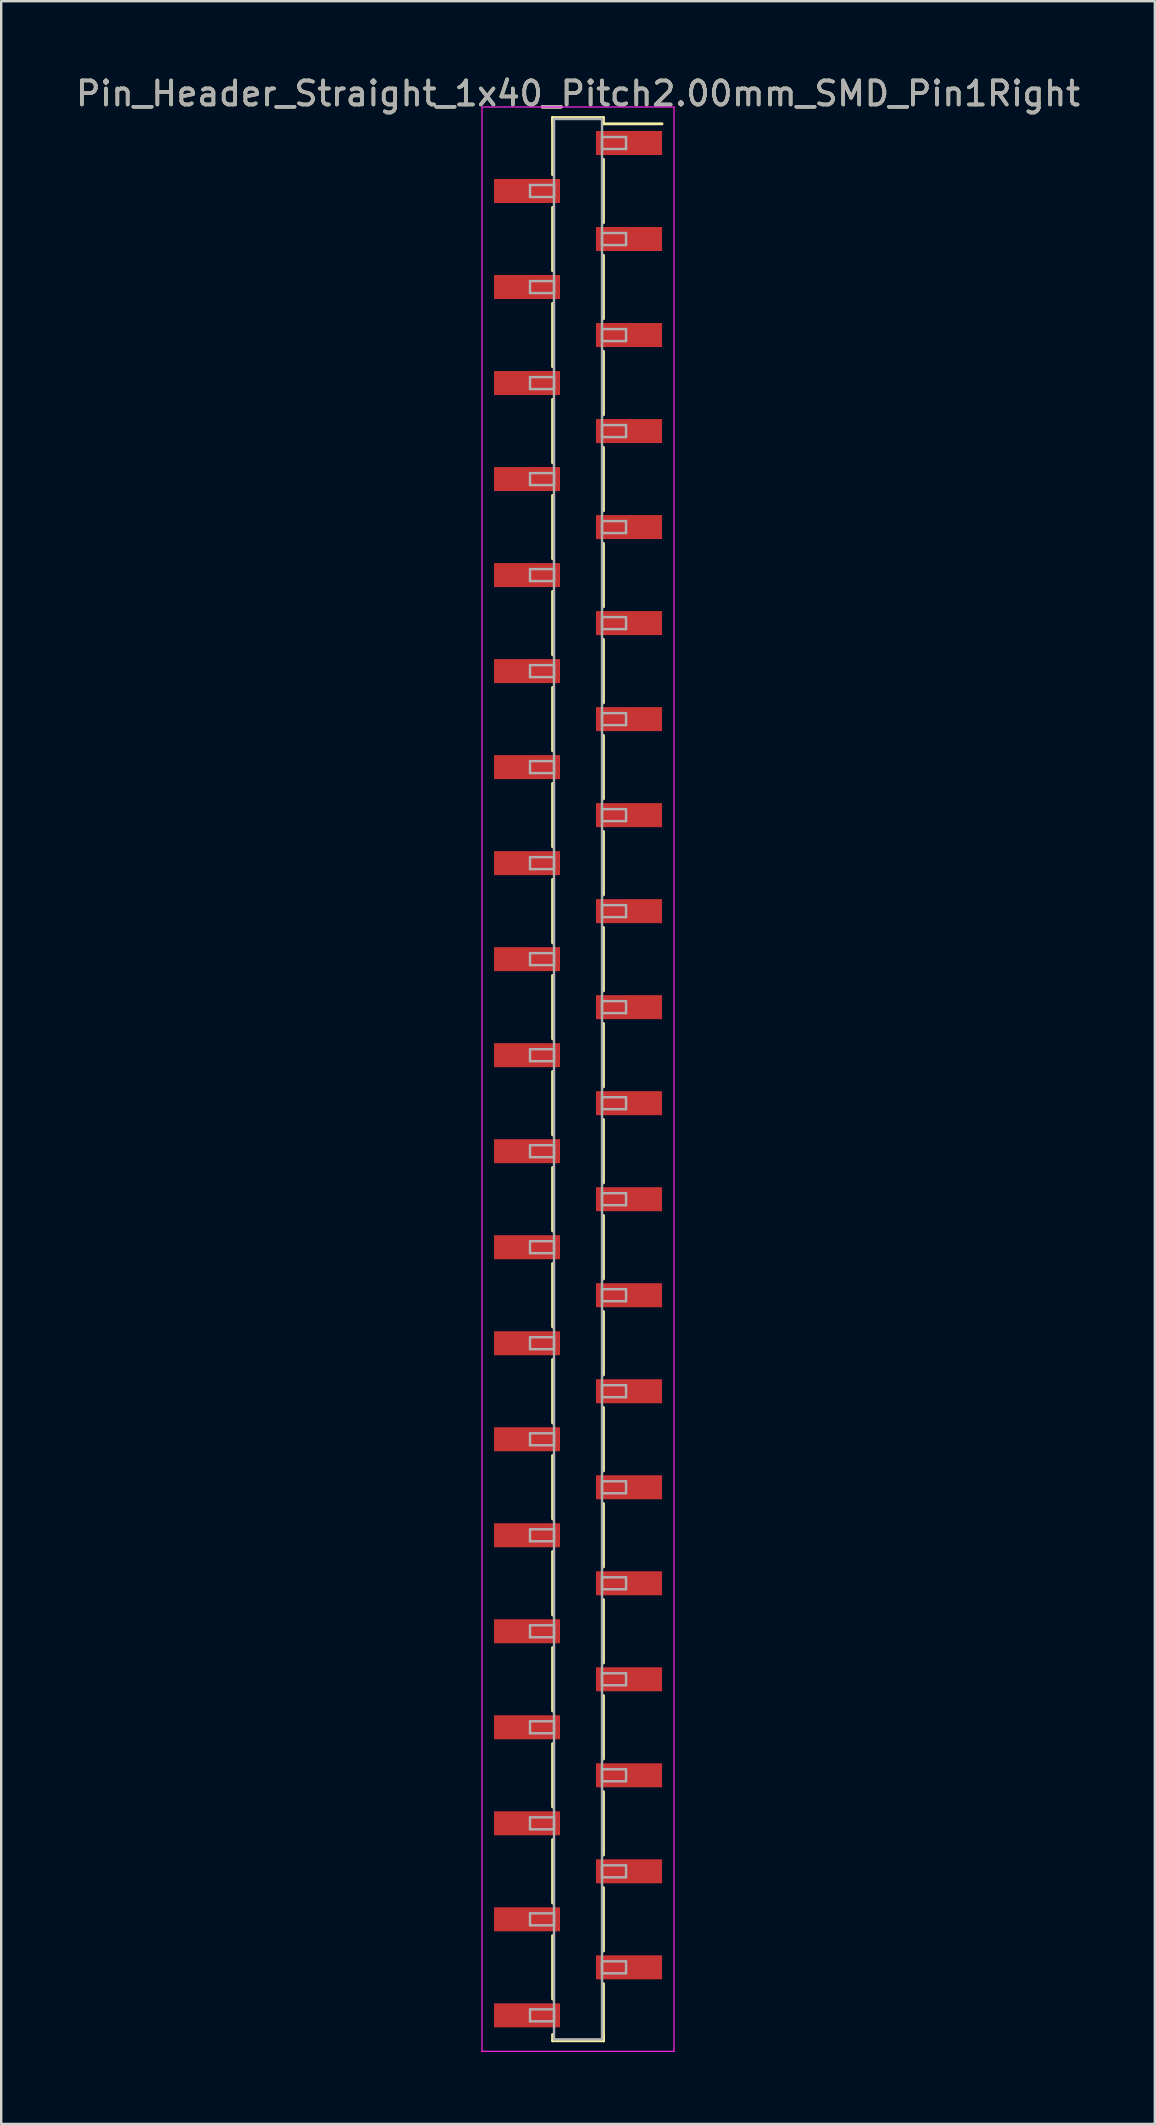
<source format=kicad_pcb>
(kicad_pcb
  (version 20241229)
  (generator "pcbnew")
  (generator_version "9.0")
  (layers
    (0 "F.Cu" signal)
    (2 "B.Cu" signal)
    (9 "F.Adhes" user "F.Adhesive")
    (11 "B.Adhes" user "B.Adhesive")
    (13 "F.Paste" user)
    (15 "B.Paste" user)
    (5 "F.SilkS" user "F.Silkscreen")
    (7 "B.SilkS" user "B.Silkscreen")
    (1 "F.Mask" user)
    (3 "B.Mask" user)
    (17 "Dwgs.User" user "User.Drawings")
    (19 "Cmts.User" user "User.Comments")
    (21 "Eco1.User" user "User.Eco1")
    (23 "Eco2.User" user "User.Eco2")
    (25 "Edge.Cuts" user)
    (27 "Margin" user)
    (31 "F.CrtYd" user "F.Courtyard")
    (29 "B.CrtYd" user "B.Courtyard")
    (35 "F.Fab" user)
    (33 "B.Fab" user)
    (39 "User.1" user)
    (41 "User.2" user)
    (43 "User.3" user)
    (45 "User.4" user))
  (footprint "Pin_Header_Straight_1x40_Pitch2.00mm_SMD_Pin1Right"
    (layer "F.Cu")
    (at 21.03 41.908)
    (property "Reference" "Pin_Header_Straight_1x40_Pitch2.00mm_SMD_Pin1Right" (at 0 -41.06 0) (layer "F.SilkS") (effects (font (size 1 1) (thickness 0.15))))
    (attr smd)
    (fp_line (start -1.06 -40.06) (end -1.06 -37.68) (stroke (width 0.12) (type solid)) (layer "F.SilkS"))
    (fp_line (start -1.06 -40.06) (end 1.06 -40.06) (stroke (width 0.12) (type solid)) (layer "F.SilkS"))
    (fp_line (start -1.06 -39.8) (end -1.06 -40.06) (stroke (width 0.12) (type solid)) (layer "F.SilkS"))
    (fp_line (start -1.06 -36.32) (end -1.06 -33.68) (stroke (width 0.12) (type solid)) (layer "F.SilkS"))
    (fp_line (start -1.06 -32.32) (end -1.06 -29.68) (stroke (width 0.12) (type solid)) (layer "F.SilkS"))
    (fp_line (start -1.06 -28.32) (end -1.06 -25.68) (stroke (width 0.12) (type solid)) (layer "F.SilkS"))
    (fp_line (start -1.06 -24.32) (end -1.06 -21.68) (stroke (width 0.12) (type solid)) (layer "F.SilkS"))
    (fp_line (start -1.06 -20.32) (end -1.06 -17.68) (stroke (width 0.12) (type solid)) (layer "F.SilkS"))
    (fp_line (start -1.06 -16.32) (end -1.06 -13.68) (stroke (width 0.12) (type solid)) (layer "F.SilkS"))
    (fp_line (start -1.06 -12.32) (end -1.06 -9.68) (stroke (width 0.12) (type solid)) (layer "F.SilkS"))
    (fp_line (start -1.06 -8.32) (end -1.06 -5.68) (stroke (width 0.12) (type solid)) (layer "F.SilkS"))
    (fp_line (start -1.06 -4.32) (end -1.06 -1.68) (stroke (width 0.12) (type solid)) (layer "F.SilkS"))
    (fp_line (start -1.06 -0.32) (end -1.06 2.32) (stroke (width 0.12) (type solid)) (layer "F.SilkS"))
    (fp_line (start -1.06 3.68) (end -1.06 6.32) (stroke (width 0.12) (type solid)) (layer "F.SilkS"))
    (fp_line (start -1.06 7.68) (end -1.06 10.32) (stroke (width 0.12) (type solid)) (layer "F.SilkS"))
    (fp_line (start -1.06 11.68) (end -1.06 14.32) (stroke (width 0.12) (type solid)) (layer "F.SilkS"))
    (fp_line (start -1.06 15.68) (end -1.06 18.32) (stroke (width 0.12) (type solid)) (layer "F.SilkS"))
    (fp_line (start -1.06 19.68) (end -1.06 22.32) (stroke (width 0.12) (type solid)) (layer "F.SilkS"))
    (fp_line (start -1.06 23.68) (end -1.06 26.32) (stroke (width 0.12) (type solid)) (layer "F.SilkS"))
    (fp_line (start -1.06 27.68) (end -1.06 30.32) (stroke (width 0.12) (type solid)) (layer "F.SilkS"))
    (fp_line (start -1.06 31.68) (end -1.06 34.32) (stroke (width 0.12) (type solid)) (layer "F.SilkS"))
    (fp_line (start -1.06 35.68) (end -1.06 38.32) (stroke (width 0.12) (type solid)) (layer "F.SilkS"))
    (fp_line (start -1.06 39.8) (end -1.06 40.06) (stroke (width 0.12) (type solid)) (layer "F.SilkS"))
    (fp_line (start -1.06 40.06) (end 1.06 40.06) (stroke (width 0.12) (type solid)) (layer "F.SilkS"))
    (fp_line (start 1.06 -40.06) (end 1.06 -39.8) (stroke (width 0.12) (type solid)) (layer "F.SilkS"))
    (fp_line (start 1.06 -39.8) (end 3.5 -39.8) (stroke (width 0.12) (type solid)) (layer "F.SilkS"))
    (fp_line (start 1.06 -38.32) (end 1.06 -35.68) (stroke (width 0.12) (type solid)) (layer "F.SilkS"))
    (fp_line (start 1.06 -34.32) (end 1.06 -31.68) (stroke (width 0.12) (type solid)) (layer "F.SilkS"))
    (fp_line (start 1.06 -30.32) (end 1.06 -27.68) (stroke (width 0.12) (type solid)) (layer "F.SilkS"))
    (fp_line (start 1.06 -26.32) (end 1.06 -23.68) (stroke (width 0.12) (type solid)) (layer "F.SilkS"))
    (fp_line (start 1.06 -22.32) (end 1.06 -19.68) (stroke (width 0.12) (type solid)) (layer "F.SilkS"))
    (fp_line (start 1.06 -18.32) (end 1.06 -15.68) (stroke (width 0.12) (type solid)) (layer "F.SilkS"))
    (fp_line (start 1.06 -14.32) (end 1.06 -11.68) (stroke (width 0.12) (type solid)) (layer "F.SilkS"))
    (fp_line (start 1.06 -10.32) (end 1.06 -7.68) (stroke (width 0.12) (type solid)) (layer "F.SilkS"))
    (fp_line (start 1.06 -6.32) (end 1.06 -3.68) (stroke (width 0.12) (type solid)) (layer "F.SilkS"))
    (fp_line (start 1.06 -2.32) (end 1.06 0.32) (stroke (width 0.12) (type solid)) (layer "F.SilkS"))
    (fp_line (start 1.06 1.68) (end 1.06 4.32) (stroke (width 0.12) (type solid)) (layer "F.SilkS"))
    (fp_line (start 1.06 5.68) (end 1.06 8.32) (stroke (width 0.12) (type solid)) (layer "F.SilkS"))
    (fp_line (start 1.06 9.68) (end 1.06 12.32) (stroke (width 0.12) (type solid)) (layer "F.SilkS"))
    (fp_line (start 1.06 13.68) (end 1.06 16.32) (stroke (width 0.12) (type solid)) (layer "F.SilkS"))
    (fp_line (start 1.06 17.68) (end 1.06 20.32) (stroke (width 0.12) (type solid)) (layer "F.SilkS"))
    (fp_line (start 1.06 21.68) (end 1.06 24.32) (stroke (width 0.12) (type solid)) (layer "F.SilkS"))
    (fp_line (start 1.06 25.68) (end 1.06 28.32) (stroke (width 0.12) (type solid)) (layer "F.SilkS"))
    (fp_line (start 1.06 29.68) (end 1.06 32.32) (stroke (width 0.12) (type solid)) (layer "F.SilkS"))
    (fp_line (start 1.06 33.68) (end 1.06 36.32) (stroke (width 0.12) (type solid)) (layer "F.SilkS"))
    (fp_line (start 1.06 37.68) (end 1.06 40.06) (stroke (width 0.12) (type solid)) (layer "F.SilkS"))
    (fp_line (start 1.06 40.06) (end 1.06 39.8) (stroke (width 0.12) (type solid)) (layer "F.SilkS"))
    (fp_line (start -4 -40.5) (end -4 40.5) (stroke (width 0.05) (type solid)) (layer "F.CrtYd"))
    (fp_line (start -4 40.5) (end 4 40.5) (stroke (width 0.05) (type solid)) (layer "F.CrtYd"))
    (fp_line (start 4 -40.5) (end -4 -40.5) (stroke (width 0.05) (type solid)) (layer "F.CrtYd"))
    (fp_line (start 4 40.5) (end 4 -40.5) (stroke (width 0.05) (type solid)) (layer "F.CrtYd"))
    (fp_line (start -2 -37.25) (end -1 -37.25) (stroke (width 0.1) (type solid)) (layer "F.Fab"))
    (fp_line (start -2 -36.75) (end -2 -37.25) (stroke (width 0.1) (type solid)) (layer "F.Fab"))
    (fp_line (start -2 -33.25) (end -1 -33.25) (stroke (width 0.1) (type solid)) (layer "F.Fab"))
    (fp_line (start -2 -32.75) (end -2 -33.25) (stroke (width 0.1) (type solid)) (layer "F.Fab"))
    (fp_line (start -2 -29.25) (end -1 -29.25) (stroke (width 0.1) (type solid)) (layer "F.Fab"))
    (fp_line (start -2 -28.75) (end -2 -29.25) (stroke (width 0.1) (type solid)) (layer "F.Fab"))
    (fp_line (start -2 -25.25) (end -1 -25.25) (stroke (width 0.1) (type solid)) (layer "F.Fab"))
    (fp_line (start -2 -24.75) (end -2 -25.25) (stroke (width 0.1) (type solid)) (layer "F.Fab"))
    (fp_line (start -2 -21.25) (end -1 -21.25) (stroke (width 0.1) (type solid)) (layer "F.Fab"))
    (fp_line (start -2 -20.75) (end -2 -21.25) (stroke (width 0.1) (type solid)) (layer "F.Fab"))
    (fp_line (start -2 -17.25) (end -1 -17.25) (stroke (width 0.1) (type solid)) (layer "F.Fab"))
    (fp_line (start -2 -16.75) (end -2 -17.25) (stroke (width 0.1) (type solid)) (layer "F.Fab"))
    (fp_line (start -2 -13.25) (end -1 -13.25) (stroke (width 0.1) (type solid)) (layer "F.Fab"))
    (fp_line (start -2 -12.75) (end -2 -13.25) (stroke (width 0.1) (type solid)) (layer "F.Fab"))
    (fp_line (start -2 -9.25) (end -1 -9.25) (stroke (width 0.1) (type solid)) (layer "F.Fab"))
    (fp_line (start -2 -8.75) (end -2 -9.25) (stroke (width 0.1) (type solid)) (layer "F.Fab"))
    (fp_line (start -2 -5.25) (end -1 -5.25) (stroke (width 0.1) (type solid)) (layer "F.Fab"))
    (fp_line (start -2 -4.75) (end -2 -5.25) (stroke (width 0.1) (type solid)) (layer "F.Fab"))
    (fp_line (start -2 -1.25) (end -1 -1.25) (stroke (width 0.1) (type solid)) (layer "F.Fab"))
    (fp_line (start -2 -0.75) (end -2 -1.25) (stroke (width 0.1) (type solid)) (layer "F.Fab"))
    (fp_line (start -2 2.75) (end -1 2.75) (stroke (width 0.1) (type solid)) (layer "F.Fab"))
    (fp_line (start -2 3.25) (end -2 2.75) (stroke (width 0.1) (type solid)) (layer "F.Fab"))
    (fp_line (start -2 6.75) (end -1 6.75) (stroke (width 0.1) (type solid)) (layer "F.Fab"))
    (fp_line (start -2 7.25) (end -2 6.75) (stroke (width 0.1) (type solid)) (layer "F.Fab"))
    (fp_line (start -2 10.75) (end -1 10.75) (stroke (width 0.1) (type solid)) (layer "F.Fab"))
    (fp_line (start -2 11.25) (end -2 10.75) (stroke (width 0.1) (type solid)) (layer "F.Fab"))
    (fp_line (start -2 14.75) (end -1 14.75) (stroke (width 0.1) (type solid)) (layer "F.Fab"))
    (fp_line (start -2 15.25) (end -2 14.75) (stroke (width 0.1) (type solid)) (layer "F.Fab"))
    (fp_line (start -2 18.75) (end -1 18.75) (stroke (width 0.1) (type solid)) (layer "F.Fab"))
    (fp_line (start -2 19.25) (end -2 18.75) (stroke (width 0.1) (type solid)) (layer "F.Fab"))
    (fp_line (start -2 22.75) (end -1 22.75) (stroke (width 0.1) (type solid)) (layer "F.Fab"))
    (fp_line (start -2 23.25) (end -2 22.75) (stroke (width 0.1) (type solid)) (layer "F.Fab"))
    (fp_line (start -2 26.75) (end -1 26.75) (stroke (width 0.1) (type solid)) (layer "F.Fab"))
    (fp_line (start -2 27.25) (end -2 26.75) (stroke (width 0.1) (type solid)) (layer "F.Fab"))
    (fp_line (start -2 30.75) (end -1 30.75) (stroke (width 0.1) (type solid)) (layer "F.Fab"))
    (fp_line (start -2 31.25) (end -2 30.75) (stroke (width 0.1) (type solid)) (layer "F.Fab"))
    (fp_line (start -2 34.75) (end -1 34.75) (stroke (width 0.1) (type solid)) (layer "F.Fab"))
    (fp_line (start -2 35.25) (end -2 34.75) (stroke (width 0.1) (type solid)) (layer "F.Fab"))
    (fp_line (start -2 38.75) (end -1 38.75) (stroke (width 0.1) (type solid)) (layer "F.Fab"))
    (fp_line (start -2 39.25) (end -2 38.75) (stroke (width 0.1) (type solid)) (layer "F.Fab"))
    (fp_line (start -1 -40) (end -1 40) (stroke (width 0.1) (type solid)) (layer "F.Fab"))
    (fp_line (start -1 -37.25) (end -1 -36.75) (stroke (width 0.1) (type solid)) (layer "F.Fab"))
    (fp_line (start -1 -36.75) (end -2 -36.75) (stroke (width 0.1) (type solid)) (layer "F.Fab"))
    (fp_line (start -1 -33.25) (end -1 -32.75) (stroke (width 0.1) (type solid)) (layer "F.Fab"))
    (fp_line (start -1 -32.75) (end -2 -32.75) (stroke (width 0.1) (type solid)) (layer "F.Fab"))
    (fp_line (start -1 -29.25) (end -1 -28.75) (stroke (width 0.1) (type solid)) (layer "F.Fab"))
    (fp_line (start -1 -28.75) (end -2 -28.75) (stroke (width 0.1) (type solid)) (layer "F.Fab"))
    (fp_line (start -1 -25.25) (end -1 -24.75) (stroke (width 0.1) (type solid)) (layer "F.Fab"))
    (fp_line (start -1 -24.75) (end -2 -24.75) (stroke (width 0.1) (type solid)) (layer "F.Fab"))
    (fp_line (start -1 -21.25) (end -1 -20.75) (stroke (width 0.1) (type solid)) (layer "F.Fab"))
    (fp_line (start -1 -20.75) (end -2 -20.75) (stroke (width 0.1) (type solid)) (layer "F.Fab"))
    (fp_line (start -1 -17.25) (end -1 -16.75) (stroke (width 0.1) (type solid)) (layer "F.Fab"))
    (fp_line (start -1 -16.75) (end -2 -16.75) (stroke (width 0.1) (type solid)) (layer "F.Fab"))
    (fp_line (start -1 -13.25) (end -1 -12.75) (stroke (width 0.1) (type solid)) (layer "F.Fab"))
    (fp_line (start -1 -12.75) (end -2 -12.75) (stroke (width 0.1) (type solid)) (layer "F.Fab"))
    (fp_line (start -1 -9.25) (end -1 -8.75) (stroke (width 0.1) (type solid)) (layer "F.Fab"))
    (fp_line (start -1 -8.75) (end -2 -8.75) (stroke (width 0.1) (type solid)) (layer "F.Fab"))
    (fp_line (start -1 -5.25) (end -1 -4.75) (stroke (width 0.1) (type solid)) (layer "F.Fab"))
    (fp_line (start -1 -4.75) (end -2 -4.75) (stroke (width 0.1) (type solid)) (layer "F.Fab"))
    (fp_line (start -1 -1.25) (end -1 -0.75) (stroke (width 0.1) (type solid)) (layer "F.Fab"))
    (fp_line (start -1 -0.75) (end -2 -0.75) (stroke (width 0.1) (type solid)) (layer "F.Fab"))
    (fp_line (start -1 2.75) (end -1 3.25) (stroke (width 0.1) (type solid)) (layer "F.Fab"))
    (fp_line (start -1 3.25) (end -2 3.25) (stroke (width 0.1) (type solid)) (layer "F.Fab"))
    (fp_line (start -1 6.75) (end -1 7.25) (stroke (width 0.1) (type solid)) (layer "F.Fab"))
    (fp_line (start -1 7.25) (end -2 7.25) (stroke (width 0.1) (type solid)) (layer "F.Fab"))
    (fp_line (start -1 10.75) (end -1 11.25) (stroke (width 0.1) (type solid)) (layer "F.Fab"))
    (fp_line (start -1 11.25) (end -2 11.25) (stroke (width 0.1) (type solid)) (layer "F.Fab"))
    (fp_line (start -1 14.75) (end -1 15.25) (stroke (width 0.1) (type solid)) (layer "F.Fab"))
    (fp_line (start -1 15.25) (end -2 15.25) (stroke (width 0.1) (type solid)) (layer "F.Fab"))
    (fp_line (start -1 18.75) (end -1 19.25) (stroke (width 0.1) (type solid)) (layer "F.Fab"))
    (fp_line (start -1 19.25) (end -2 19.25) (stroke (width 0.1) (type solid)) (layer "F.Fab"))
    (fp_line (start -1 22.75) (end -1 23.25) (stroke (width 0.1) (type solid)) (layer "F.Fab"))
    (fp_line (start -1 23.25) (end -2 23.25) (stroke (width 0.1) (type solid)) (layer "F.Fab"))
    (fp_line (start -1 26.75) (end -1 27.25) (stroke (width 0.1) (type solid)) (layer "F.Fab"))
    (fp_line (start -1 27.25) (end -2 27.25) (stroke (width 0.1) (type solid)) (layer "F.Fab"))
    (fp_line (start -1 30.75) (end -1 31.25) (stroke (width 0.1) (type solid)) (layer "F.Fab"))
    (fp_line (start -1 31.25) (end -2 31.25) (stroke (width 0.1) (type solid)) (layer "F.Fab"))
    (fp_line (start -1 34.75) (end -1 35.25) (stroke (width 0.1) (type solid)) (layer "F.Fab"))
    (fp_line (start -1 35.25) (end -2 35.25) (stroke (width 0.1) (type solid)) (layer "F.Fab"))
    (fp_line (start -1 38.75) (end -1 39.25) (stroke (width 0.1) (type solid)) (layer "F.Fab"))
    (fp_line (start -1 39.25) (end -2 39.25) (stroke (width 0.1) (type solid)) (layer "F.Fab"))
    (fp_line (start -1 40) (end 1 40) (stroke (width 0.1) (type solid)) (layer "F.Fab"))
    (fp_line (start 1 -40) (end -1 -40) (stroke (width 0.1) (type solid)) (layer "F.Fab"))
    (fp_line (start 1 -39.25) (end 1 -38.75) (stroke (width 0.1) (type solid)) (layer "F.Fab"))
    (fp_line (start 1 -38.75) (end 2 -38.75) (stroke (width 0.1) (type solid)) (layer "F.Fab"))
    (fp_line (start 1 -35.25) (end 1 -34.75) (stroke (width 0.1) (type solid)) (layer "F.Fab"))
    (fp_line (start 1 -34.75) (end 2 -34.75) (stroke (width 0.1) (type solid)) (layer "F.Fab"))
    (fp_line (start 1 -31.25) (end 1 -30.75) (stroke (width 0.1) (type solid)) (layer "F.Fab"))
    (fp_line (start 1 -30.75) (end 2 -30.75) (stroke (width 0.1) (type solid)) (layer "F.Fab"))
    (fp_line (start 1 -27.25) (end 1 -26.75) (stroke (width 0.1) (type solid)) (layer "F.Fab"))
    (fp_line (start 1 -26.75) (end 2 -26.75) (stroke (width 0.1) (type solid)) (layer "F.Fab"))
    (fp_line (start 1 -23.25) (end 1 -22.75) (stroke (width 0.1) (type solid)) (layer "F.Fab"))
    (fp_line (start 1 -22.75) (end 2 -22.75) (stroke (width 0.1) (type solid)) (layer "F.Fab"))
    (fp_line (start 1 -19.25) (end 1 -18.75) (stroke (width 0.1) (type solid)) (layer "F.Fab"))
    (fp_line (start 1 -18.75) (end 2 -18.75) (stroke (width 0.1) (type solid)) (layer "F.Fab"))
    (fp_line (start 1 -15.25) (end 1 -14.75) (stroke (width 0.1) (type solid)) (layer "F.Fab"))
    (fp_line (start 1 -14.75) (end 2 -14.75) (stroke (width 0.1) (type solid)) (layer "F.Fab"))
    (fp_line (start 1 -11.25) (end 1 -10.75) (stroke (width 0.1) (type solid)) (layer "F.Fab"))
    (fp_line (start 1 -10.75) (end 2 -10.75) (stroke (width 0.1) (type solid)) (layer "F.Fab"))
    (fp_line (start 1 -7.25) (end 1 -6.75) (stroke (width 0.1) (type solid)) (layer "F.Fab"))
    (fp_line (start 1 -6.75) (end 2 -6.75) (stroke (width 0.1) (type solid)) (layer "F.Fab"))
    (fp_line (start 1 -3.25) (end 1 -2.75) (stroke (width 0.1) (type solid)) (layer "F.Fab"))
    (fp_line (start 1 -2.75) (end 2 -2.75) (stroke (width 0.1) (type solid)) (layer "F.Fab"))
    (fp_line (start 1 0.75) (end 1 1.25) (stroke (width 0.1) (type solid)) (layer "F.Fab"))
    (fp_line (start 1 1.25) (end 2 1.25) (stroke (width 0.1) (type solid)) (layer "F.Fab"))
    (fp_line (start 1 4.75) (end 1 5.25) (stroke (width 0.1) (type solid)) (layer "F.Fab"))
    (fp_line (start 1 5.25) (end 2 5.25) (stroke (width 0.1) (type solid)) (layer "F.Fab"))
    (fp_line (start 1 8.75) (end 1 9.25) (stroke (width 0.1) (type solid)) (layer "F.Fab"))
    (fp_line (start 1 9.25) (end 2 9.25) (stroke (width 0.1) (type solid)) (layer "F.Fab"))
    (fp_line (start 1 12.75) (end 1 13.25) (stroke (width 0.1) (type solid)) (layer "F.Fab"))
    (fp_line (start 1 13.25) (end 2 13.25) (stroke (width 0.1) (type solid)) (layer "F.Fab"))
    (fp_line (start 1 16.75) (end 1 17.25) (stroke (width 0.1) (type solid)) (layer "F.Fab"))
    (fp_line (start 1 17.25) (end 2 17.25) (stroke (width 0.1) (type solid)) (layer "F.Fab"))
    (fp_line (start 1 20.75) (end 1 21.25) (stroke (width 0.1) (type solid)) (layer "F.Fab"))
    (fp_line (start 1 21.25) (end 2 21.25) (stroke (width 0.1) (type solid)) (layer "F.Fab"))
    (fp_line (start 1 24.75) (end 1 25.25) (stroke (width 0.1) (type solid)) (layer "F.Fab"))
    (fp_line (start 1 25.25) (end 2 25.25) (stroke (width 0.1) (type solid)) (layer "F.Fab"))
    (fp_line (start 1 28.75) (end 1 29.25) (stroke (width 0.1) (type solid)) (layer "F.Fab"))
    (fp_line (start 1 29.25) (end 2 29.25) (stroke (width 0.1) (type solid)) (layer "F.Fab"))
    (fp_line (start 1 32.75) (end 1 33.25) (stroke (width 0.1) (type solid)) (layer "F.Fab"))
    (fp_line (start 1 33.25) (end 2 33.25) (stroke (width 0.1) (type solid)) (layer "F.Fab"))
    (fp_line (start 1 36.75) (end 1 37.25) (stroke (width 0.1) (type solid)) (layer "F.Fab"))
    (fp_line (start 1 37.25) (end 2 37.25) (stroke (width 0.1) (type solid)) (layer "F.Fab"))
    (fp_line (start 1 40) (end 1 -40) (stroke (width 0.1) (type solid)) (layer "F.Fab"))
    (fp_line (start 2 -39.25) (end 1 -39.25) (stroke (width 0.1) (type solid)) (layer "F.Fab"))
    (fp_line (start 2 -38.75) (end 2 -39.25) (stroke (width 0.1) (type solid)) (layer "F.Fab"))
    (fp_line (start 2 -35.25) (end 1 -35.25) (stroke (width 0.1) (type solid)) (layer "F.Fab"))
    (fp_line (start 2 -34.75) (end 2 -35.25) (stroke (width 0.1) (type solid)) (layer "F.Fab"))
    (fp_line (start 2 -31.25) (end 1 -31.25) (stroke (width 0.1) (type solid)) (layer "F.Fab"))
    (fp_line (start 2 -30.75) (end 2 -31.25) (stroke (width 0.1) (type solid)) (layer "F.Fab"))
    (fp_line (start 2 -27.25) (end 1 -27.25) (stroke (width 0.1) (type solid)) (layer "F.Fab"))
    (fp_line (start 2 -26.75) (end 2 -27.25) (stroke (width 0.1) (type solid)) (layer "F.Fab"))
    (fp_line (start 2 -23.25) (end 1 -23.25) (stroke (width 0.1) (type solid)) (layer "F.Fab"))
    (fp_line (start 2 -22.75) (end 2 -23.25) (stroke (width 0.1) (type solid)) (layer "F.Fab"))
    (fp_line (start 2 -19.25) (end 1 -19.25) (stroke (width 0.1) (type solid)) (layer "F.Fab"))
    (fp_line (start 2 -18.75) (end 2 -19.25) (stroke (width 0.1) (type solid)) (layer "F.Fab"))
    (fp_line (start 2 -15.25) (end 1 -15.25) (stroke (width 0.1) (type solid)) (layer "F.Fab"))
    (fp_line (start 2 -14.75) (end 2 -15.25) (stroke (width 0.1) (type solid)) (layer "F.Fab"))
    (fp_line (start 2 -11.25) (end 1 -11.25) (stroke (width 0.1) (type solid)) (layer "F.Fab"))
    (fp_line (start 2 -10.75) (end 2 -11.25) (stroke (width 0.1) (type solid)) (layer "F.Fab"))
    (fp_line (start 2 -7.25) (end 1 -7.25) (stroke (width 0.1) (type solid)) (layer "F.Fab"))
    (fp_line (start 2 -6.75) (end 2 -7.25) (stroke (width 0.1) (type solid)) (layer "F.Fab"))
    (fp_line (start 2 -3.25) (end 1 -3.25) (stroke (width 0.1) (type solid)) (layer "F.Fab"))
    (fp_line (start 2 -2.75) (end 2 -3.25) (stroke (width 0.1) (type solid)) (layer "F.Fab"))
    (fp_line (start 2 0.75) (end 1 0.75) (stroke (width 0.1) (type solid)) (layer "F.Fab"))
    (fp_line (start 2 1.25) (end 2 0.75) (stroke (width 0.1) (type solid)) (layer "F.Fab"))
    (fp_line (start 2 4.75) (end 1 4.75) (stroke (width 0.1) (type solid)) (layer "F.Fab"))
    (fp_line (start 2 5.25) (end 2 4.75) (stroke (width 0.1) (type solid)) (layer "F.Fab"))
    (fp_line (start 2 8.75) (end 1 8.75) (stroke (width 0.1) (type solid)) (layer "F.Fab"))
    (fp_line (start 2 9.25) (end 2 8.75) (stroke (width 0.1) (type solid)) (layer "F.Fab"))
    (fp_line (start 2 12.75) (end 1 12.75) (stroke (width 0.1) (type solid)) (layer "F.Fab"))
    (fp_line (start 2 13.25) (end 2 12.75) (stroke (width 0.1) (type solid)) (layer "F.Fab"))
    (fp_line (start 2 16.75) (end 1 16.75) (stroke (width 0.1) (type solid)) (layer "F.Fab"))
    (fp_line (start 2 17.25) (end 2 16.75) (stroke (width 0.1) (type solid)) (layer "F.Fab"))
    (fp_line (start 2 20.75) (end 1 20.75) (stroke (width 0.1) (type solid)) (layer "F.Fab"))
    (fp_line (start 2 21.25) (end 2 20.75) (stroke (width 0.1) (type solid)) (layer "F.Fab"))
    (fp_line (start 2 24.75) (end 1 24.75) (stroke (width 0.1) (type solid)) (layer "F.Fab"))
    (fp_line (start 2 25.25) (end 2 24.75) (stroke (width 0.1) (type solid)) (layer "F.Fab"))
    (fp_line (start 2 28.75) (end 1 28.75) (stroke (width 0.1) (type solid)) (layer "F.Fab"))
    (fp_line (start 2 29.25) (end 2 28.75) (stroke (width 0.1) (type solid)) (layer "F.Fab"))
    (fp_line (start 2 32.75) (end 1 32.75) (stroke (width 0.1) (type solid)) (layer "F.Fab"))
    (fp_line (start 2 33.25) (end 2 32.75) (stroke (width 0.1) (type solid)) (layer "F.Fab"))
    (fp_line (start 2 36.75) (end 1 36.75) (stroke (width 0.1) (type solid)) (layer "F.Fab"))
    (fp_line (start 2 37.25) (end 2 36.75) (stroke (width 0.1) (type solid)) (layer "F.Fab"))
    (fp_text user "${REFERENCE}" (at 0 -41.06 0) (layer "F.Fab") (effects (font (size 1 1) (thickness 0.15))))
    (pad "1" smd rect (at 2.125 -39) (size 2.75 1) (layers "F.Cu" "F.Mask" "F.Paste"))
    (pad "2" smd rect (at -2.125 -37) (size 2.75 1) (layers "F.Cu" "F.Mask" "F.Paste"))
    (pad "3" smd rect (at 2.125 -35) (size 2.75 1) (layers "F.Cu" "F.Mask" "F.Paste"))
    (pad "4" smd rect (at -2.125 -33) (size 2.75 1) (layers "F.Cu" "F.Mask" "F.Paste"))
    (pad "5" smd rect (at 2.125 -31) (size 2.75 1) (layers "F.Cu" "F.Mask" "F.Paste"))
    (pad "6" smd rect (at -2.125 -29) (size 2.75 1) (layers "F.Cu" "F.Mask" "F.Paste"))
    (pad "7" smd rect (at 2.125 -27) (size 2.75 1) (layers "F.Cu" "F.Mask" "F.Paste"))
    (pad "8" smd rect (at -2.125 -25) (size 2.75 1) (layers "F.Cu" "F.Mask" "F.Paste"))
    (pad "9" smd rect (at 2.125 -23) (size 2.75 1) (layers "F.Cu" "F.Mask" "F.Paste"))
    (pad "10" smd rect (at -2.125 -21) (size 2.75 1) (layers "F.Cu" "F.Mask" "F.Paste"))
    (pad "11" smd rect (at 2.125 -19) (size 2.75 1) (layers "F.Cu" "F.Mask" "F.Paste"))
    (pad "12" smd rect (at -2.125 -17) (size 2.75 1) (layers "F.Cu" "F.Mask" "F.Paste"))
    (pad "13" smd rect (at 2.125 -15) (size 2.75 1) (layers "F.Cu" "F.Mask" "F.Paste"))
    (pad "14" smd rect (at -2.125 -13) (size 2.75 1) (layers "F.Cu" "F.Mask" "F.Paste"))
    (pad "15" smd rect (at 2.125 -11) (size 2.75 1) (layers "F.Cu" "F.Mask" "F.Paste"))
    (pad "16" smd rect (at -2.125 -9) (size 2.75 1) (layers "F.Cu" "F.Mask" "F.Paste"))
    (pad "17" smd rect (at 2.125 -7) (size 2.75 1) (layers "F.Cu" "F.Mask" "F.Paste"))
    (pad "18" smd rect (at -2.125 -5) (size 2.75 1) (layers "F.Cu" "F.Mask" "F.Paste"))
    (pad "19" smd rect (at 2.125 -3) (size 2.75 1) (layers "F.Cu" "F.Mask" "F.Paste"))
    (pad "20" smd rect (at -2.125 -1) (size 2.75 1) (layers "F.Cu" "F.Mask" "F.Paste"))
    (pad "21" smd rect (at 2.125 1) (size 2.75 1) (layers "F.Cu" "F.Mask" "F.Paste"))
    (pad "22" smd rect (at -2.125 3) (size 2.75 1) (layers "F.Cu" "F.Mask" "F.Paste"))
    (pad "23" smd rect (at 2.125 5) (size 2.75 1) (layers "F.Cu" "F.Mask" "F.Paste"))
    (pad "24" smd rect (at -2.125 7) (size 2.75 1) (layers "F.Cu" "F.Mask" "F.Paste"))
    (pad "25" smd rect (at 2.125 9) (size 2.75 1) (layers "F.Cu" "F.Mask" "F.Paste"))
    (pad "26" smd rect (at -2.125 11) (size 2.75 1) (layers "F.Cu" "F.Mask" "F.Paste"))
    (pad "27" smd rect (at 2.125 13) (size 2.75 1) (layers "F.Cu" "F.Mask" "F.Paste"))
    (pad "28" smd rect (at -2.125 15) (size 2.75 1) (layers "F.Cu" "F.Mask" "F.Paste"))
    (pad "29" smd rect (at 2.125 17) (size 2.75 1) (layers "F.Cu" "F.Mask" "F.Paste"))
    (pad "30" smd rect (at -2.125 19) (size 2.75 1) (layers "F.Cu" "F.Mask" "F.Paste"))
    (pad "31" smd rect (at 2.125 21) (size 2.75 1) (layers "F.Cu" "F.Mask" "F.Paste"))
    (pad "32" smd rect (at -2.125 23) (size 2.75 1) (layers "F.Cu" "F.Mask" "F.Paste"))
    (pad "33" smd rect (at 2.125 25) (size 2.75 1) (layers "F.Cu" "F.Mask" "F.Paste"))
    (pad "34" smd rect (at -2.125 27) (size 2.75 1) (layers "F.Cu" "F.Mask" "F.Paste"))
    (pad "35" smd rect (at 2.125 29) (size 2.75 1) (layers "F.Cu" "F.Mask" "F.Paste"))
    (pad "36" smd rect (at -2.125 31) (size 2.75 1) (layers "F.Cu" "F.Mask" "F.Paste"))
    (pad "37" smd rect (at 2.125 33) (size 2.75 1) (layers "F.Cu" "F.Mask" "F.Paste"))
    (pad "38" smd rect (at -2.125 35) (size 2.75 1) (layers "F.Cu" "F.Mask" "F.Paste"))
    (pad "39" smd rect (at 2.125 37) (size 2.75 1) (layers "F.Cu" "F.Mask" "F.Paste"))
    (pad "40" smd rect (at -2.125 39) (size 2.75 1) (layers "F.Cu" "F.Mask" "F.Paste")))
  (gr_rect
    (start -3 -3)
    (end 45.06 85.433)
    (stroke (width 0.1) (type default))
    (fill no)
    (layer "Edge.Cuts")))
</source>
